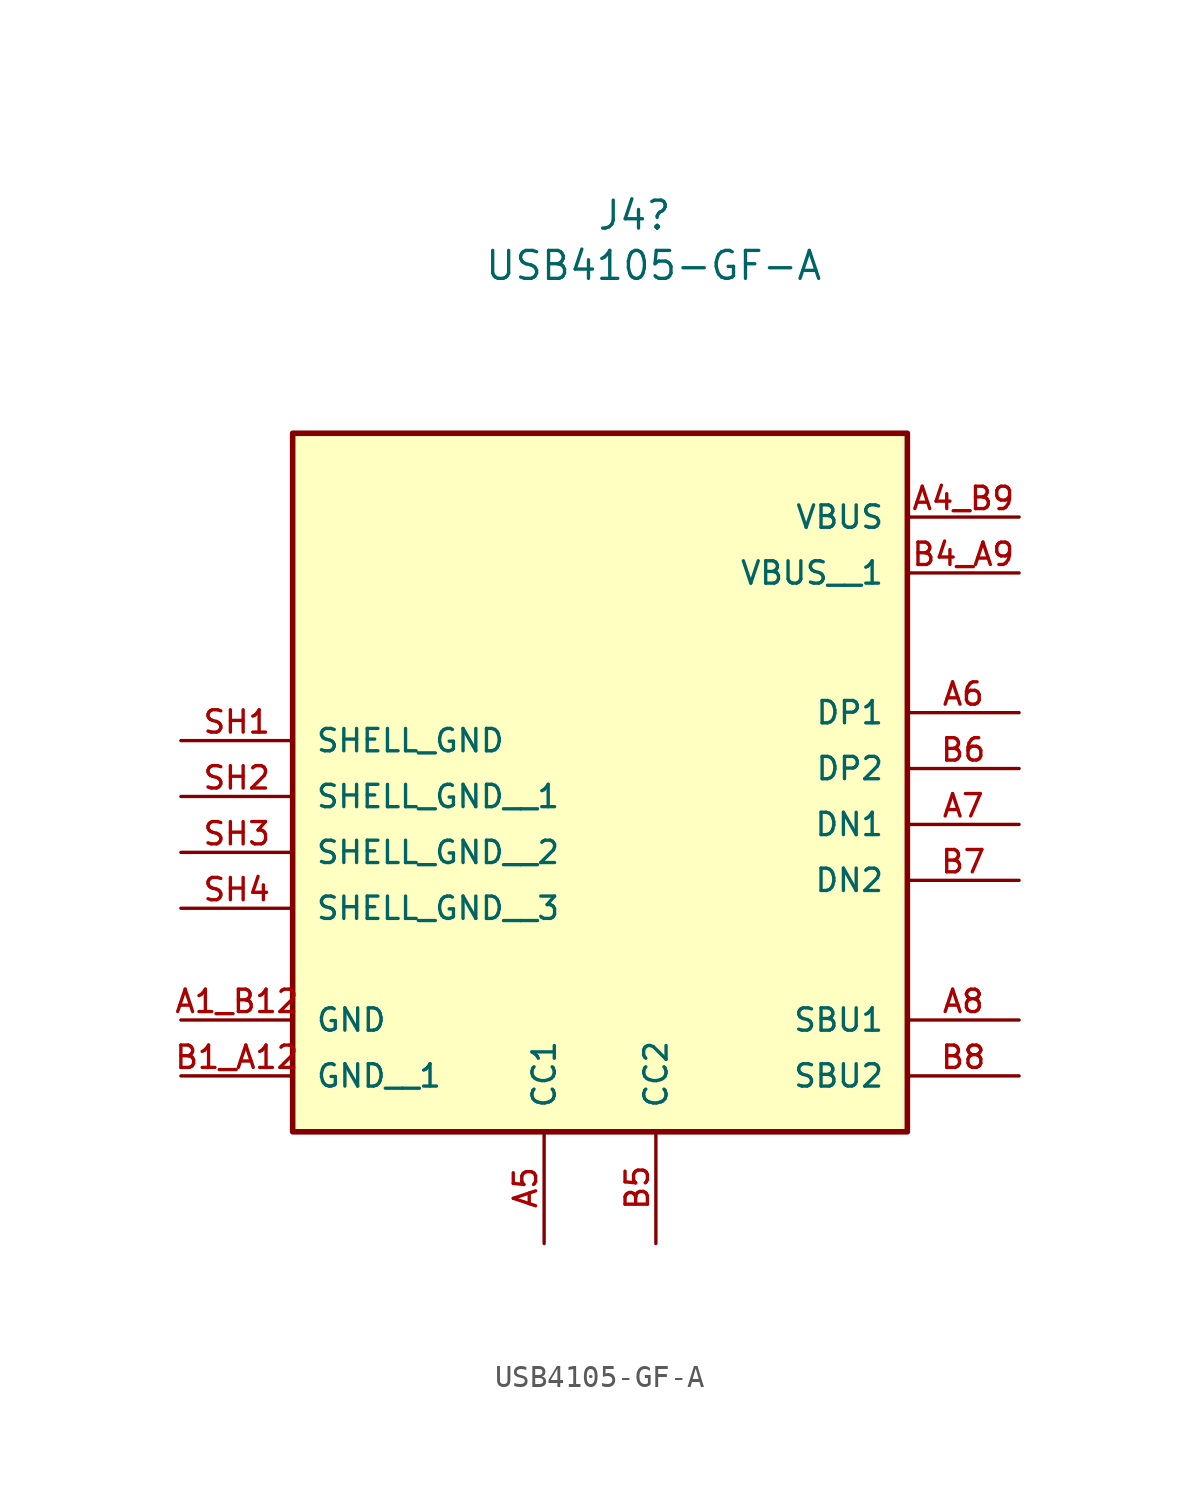
<source format=kicad_sym>
(kicad_symbol_lib
  (version 20241209)
  (generator "kicad_symbol_editor")
  (generator_version "9.0")
  (symbol "USB4105-GF-A"
    (pin_names
      (offset 1.016))
    (property "Reference" "J4"
      (at 4.572 16.256 0)
      (effects (font (size 1.27 1.27)) (justify right)))
    (property "Value" "USB4105-GF-A"
      (at 11.43 13.97 0)
      (effects (font (size 1.27 1.27)) (justify right)))
    (symbol "USB4105-GF-A_0_0"
      (rectangle (start -12.7 6.35) (end 15.24 -25.4) (stroke (width 0.254) (type default)) (fill (type background)))
      (pin power_in line (at -17.78 -7.62 0) (length 5.08) (name "SHELL_GND" (effects (font (size 1.016 1.016)))) (number "SH1" (effects (font (size 1.016 1.016)))))
      (pin power_in line (at -17.78 -10.16 0) (length 5.08) (name "SHELL_GND__1" (effects (font (size 1.016 1.016)))) (number "SH2" (effects (font (size 1.016 1.016)))))
      (pin power_in line (at -17.78 -12.7 0) (length 5.08) (name "SHELL_GND__2" (effects (font (size 1.016 1.016)))) (number "SH3" (effects (font (size 1.016 1.016)))))
      (pin power_in line (at -17.78 -15.24 0) (length 5.08) (name "SHELL_GND__3" (effects (font (size 1.016 1.016)))) (number "SH4" (effects (font (size 1.016 1.016)))))
      (pin power_in line (at -17.78 -20.32 0) (length 5.08) (name "GND" (effects (font (size 1.016 1.016)))) (number "A1_B12" (effects (font (size 1.016 1.016)))))
      (pin power_in line (at -17.78 -22.86 0) (length 5.08) (name "GND__1" (effects (font (size 1.016 1.016)))) (number "B1_A12" (effects (font (size 1.016 1.016)))))
      (pin bidirectional line (at -1.27 -30.48 90) (length 5.08) (name "CC1" (effects (font (size 1.016 1.016)))) (number "A5" (effects (font (size 1.016 1.016)))))
      (pin bidirectional line (at 3.81 -30.48 90) (length 5.08) (name "CC2" (effects (font (size 1.016 1.016)))) (number "B5" (effects (font (size 1.016 1.016)))))
      (pin power_in line (at 20.32 2.54 180) (length 5.08) (name "VBUS" (effects (font (size 1.016 1.016)))) (number "A4_B9" (effects (font (size 1.016 1.016)))))
      (pin power_in line (at 20.32 0 180) (length 5.08) (name "VBUS__1" (effects (font (size 1.016 1.016)))) (number "B4_A9" (effects (font (size 1.016 1.016)))))
      (pin bidirectional line (at 20.32 -6.35 180) (length 5.08) (name "DP1" (effects (font (size 1.016 1.016)))) (number "A6" (effects (font (size 1.016 1.016)))))
      (pin bidirectional line (at 20.32 -8.89 180) (length 5.08) (name "DP2" (effects (font (size 1.016 1.016)))) (number "B6" (effects (font (size 1.016 1.016)))))
      (pin bidirectional line (at 20.32 -11.43 180) (length 5.08) (name "DN1" (effects (font (size 1.016 1.016)))) (number "A7" (effects (font (size 1.016 1.016)))))
      (pin bidirectional line (at 20.32 -13.97 180) (length 5.08) (name "DN2" (effects (font (size 1.016 1.016)))) (number "B7" (effects (font (size 1.016 1.016)))))
      (pin bidirectional line (at 20.32 -20.32 180) (length 5.08) (name "SBU1" (effects (font (size 1.016 1.016)))) (number "A8" (effects (font (size 1.016 1.016)))))
      (pin bidirectional line (at 20.32 -22.86 180) (length 5.08) (name "SBU2" (effects (font (size 1.016 1.016)))) (number "B8" (effects (font (size 1.016 1.016))))))))
</source>
